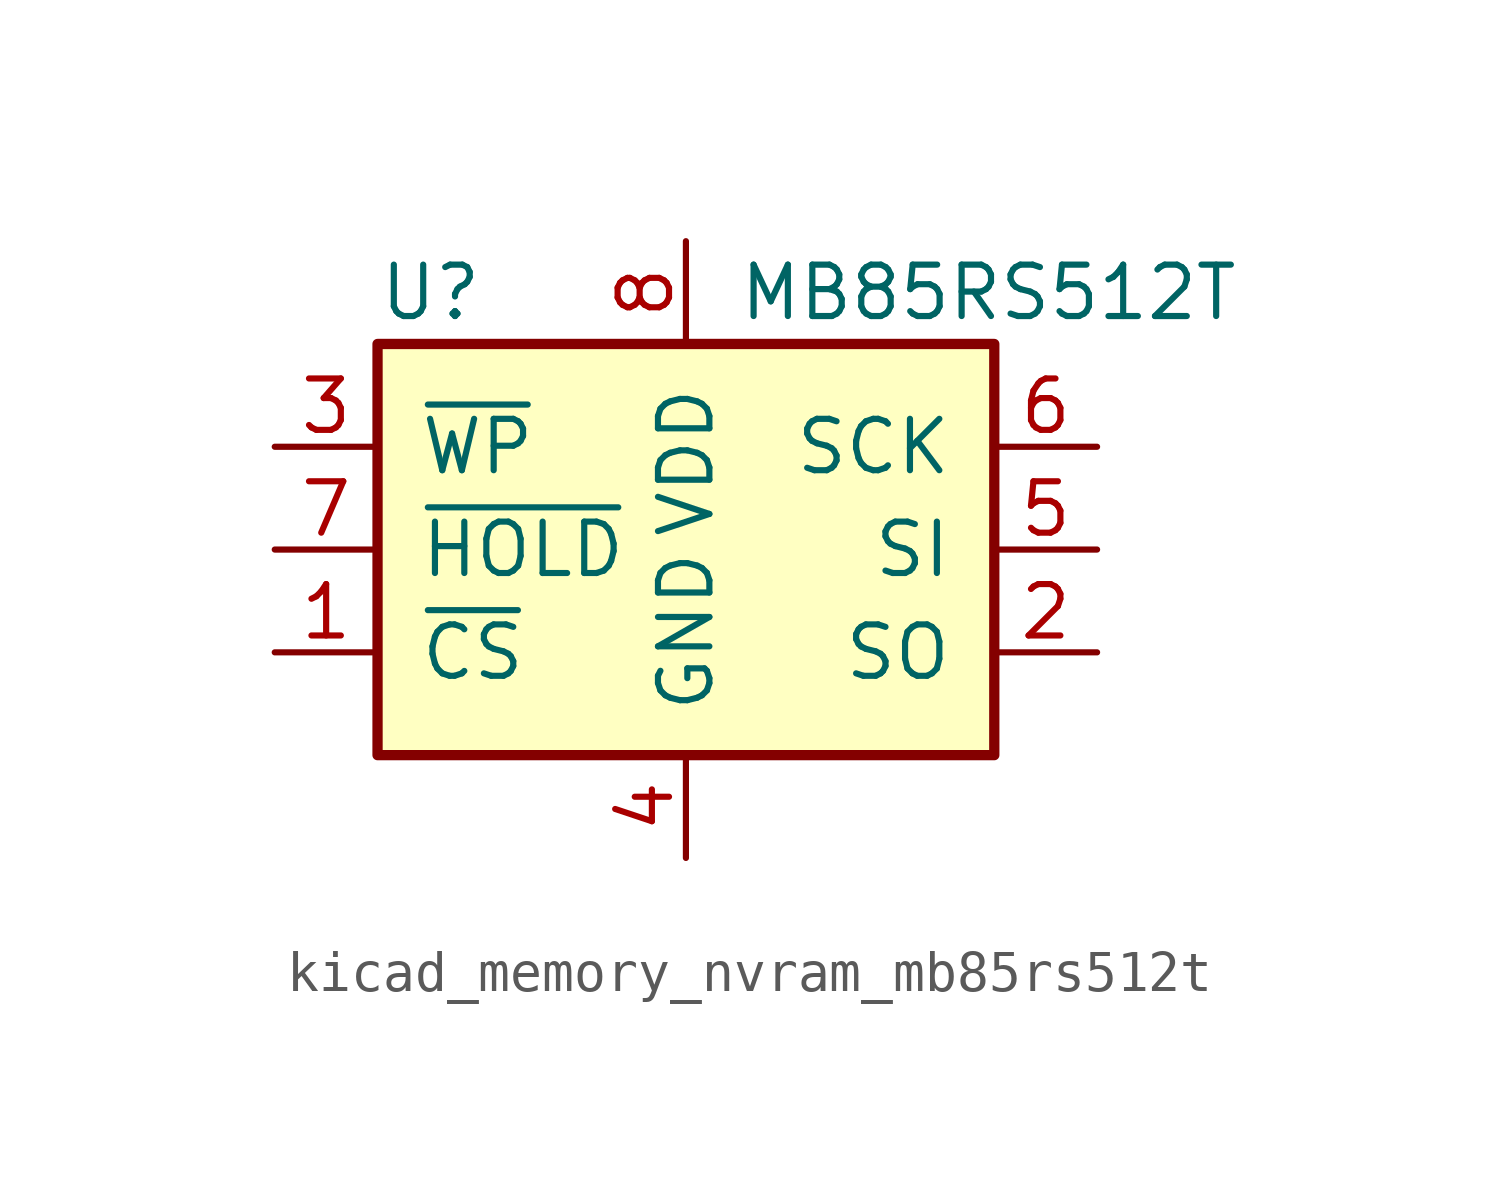
<source format=kicad_sym>
(kicad_symbol_lib
  (version 20220914)
  (generator kicad_symbol_editor)
  (symbol "kicad_memory_nvram_mb85rs512t"
    (pin_names
      (offset 1.016))
    (property "Reference" "U"
      (at -7.62 6.35 0)
      (effects (font (size 1.27 1.27)) (justify left)))
    (property "Value" "MB85RS512T"
      (at 1.27 6.35 0)
      (effects (font (size 1.27 1.27)) (justify left)))
    (symbol "kicad_memory_nvram_mb85rs512t_0_1"
      (rectangle (start -7.62 5.08) (end 7.62 -5.08) (stroke (width 0.254) (type default)) (fill (type background))))
    (symbol "kicad_memory_nvram_mb85rs512t_1_1"
      (pin input line (at -10.16 -2.54 0) (length 2.54) (name "~{CS}" (effects (font (size 1.27 1.27)))) (number "1" (effects (font (size 1.27 1.27)))))
      (pin output line (at 10.16 -2.54 180) (length 2.54) (name "SO" (effects (font (size 1.27 1.27)))) (number "2" (effects (font (size 1.27 1.27)))))
      (pin input line (at -10.16 2.54 0) (length 2.54) (name "~{WP}" (effects (font (size 1.27 1.27)))) (number "3" (effects (font (size 1.27 1.27)))))
      (pin power_in line (at 0 -7.62 90) (length 2.54) (name "GND" (effects (font (size 1.27 1.27)))) (number "4" (effects (font (size 1.27 1.27)))))
      (pin input line (at 10.16 0 180) (length 2.54) (name "SI" (effects (font (size 1.27 1.27)))) (number "5" (effects (font (size 1.27 1.27)))))
      (pin input line (at 10.16 2.54 180) (length 2.54) (name "SCK" (effects (font (size 1.27 1.27)))) (number "6" (effects (font (size 1.27 1.27)))))
      (pin input line (at -10.16 0 0) (length 2.54) (name "~{HOLD}" (effects (font (size 1.27 1.27)))) (number "7" (effects (font (size 1.27 1.27)))))
      (pin power_in line (at 0 7.62 270) (length 2.54) (name "VDD" (effects (font (size 1.27 1.27)))) (number "8" (effects (font (size 1.27 1.27))))))))
</source>
